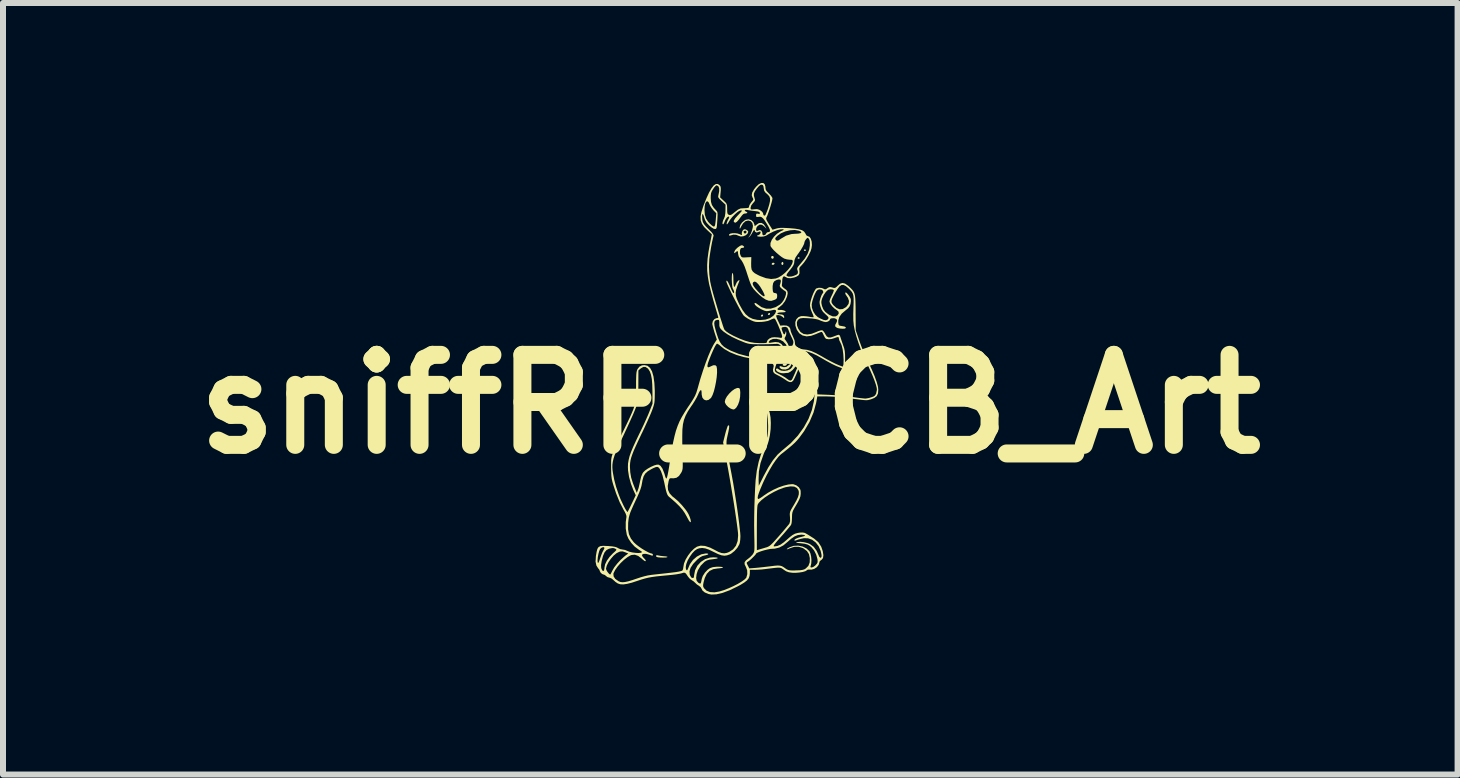
<source format=kicad_pcb>
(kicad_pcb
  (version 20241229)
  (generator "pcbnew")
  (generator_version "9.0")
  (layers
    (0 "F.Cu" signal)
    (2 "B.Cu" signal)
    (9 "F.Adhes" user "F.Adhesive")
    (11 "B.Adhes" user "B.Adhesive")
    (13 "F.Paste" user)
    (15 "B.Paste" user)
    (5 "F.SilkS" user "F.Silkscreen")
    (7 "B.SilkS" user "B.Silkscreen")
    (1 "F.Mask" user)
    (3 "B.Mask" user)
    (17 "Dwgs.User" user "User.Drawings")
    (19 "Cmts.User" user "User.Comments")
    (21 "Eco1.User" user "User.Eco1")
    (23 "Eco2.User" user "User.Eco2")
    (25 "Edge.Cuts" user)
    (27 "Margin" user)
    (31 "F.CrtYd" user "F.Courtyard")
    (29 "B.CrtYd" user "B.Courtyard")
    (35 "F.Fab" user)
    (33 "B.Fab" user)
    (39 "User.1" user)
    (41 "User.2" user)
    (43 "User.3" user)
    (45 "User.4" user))
  (footprint "sniffRF_PCB_Art"
    (layer "F.Cu")
    (at 9.121 3.686)
    (property "Reference" "sniffRF_PCB_Art" (at 0 0 0) (layer "F.SilkS") (effects (font (size 1.5 1.5) (thickness 0.3))))
    (attr board_only exclude_from_pos_files exclude_from_bom)
    (fp_poly (pts (xy 0.547 -1.479) (xy 0.537 -1.462) (xy 0.526 -1.459) (xy 0.511 -1.466) (xy 0.511 -1.474) (xy 0.524 -1.492) (xy 0.54 -1.494)) (stroke (width 0) (type solid)) (fill yes) (layer "F.SilkS"))
    (fp_poly (pts (xy 0.664 -1.506) (xy 0.654 -1.488) (xy 0.644 -1.485) (xy 0.628 -1.492) (xy 0.628 -1.5) (xy 0.641 -1.518) (xy 0.657 -1.52)) (stroke (width 0) (type solid)) (fill yes) (layer "F.SilkS"))
    (fp_poly (pts (xy 0.737 -2.351) (xy 0.737 -2.336) (xy 0.72 -2.323) (xy 0.712 -2.321) (xy 0.693 -2.326) (xy 0.69 -2.337) (xy 0.701 -2.354) (xy 0.717 -2.358)) (stroke (width 0) (type solid)) (fill yes) (layer "F.SilkS"))
    (fp_poly (pts (xy 0.883 -2.36) (xy 0.886 -2.345) (xy 0.879 -2.322) (xy 0.864 -2.321) (xy 0.853 -2.332) (xy 0.852 -2.353) (xy 0.866 -2.369) (xy 0.873 -2.371)) (stroke (width 0) (type solid)) (fill yes) (layer "F.SilkS"))
    (fp_poly (pts (xy 1.155 -2.441) (xy 1.157 -2.437) (xy 1.15 -2.425) (xy 1.14 -2.423) (xy 1.124 -2.429) (xy 1.123 -2.437) (xy 1.136 -2.45) (xy 1.14 -2.451)) (stroke (width 0) (type solid)) (fill yes) (layer "F.SilkS"))
    (fp_poly (pts (xy 1.259 -2.571) (xy 1.261 -2.567) (xy 1.255 -2.555) (xy 1.244 -2.553) (xy 1.228 -2.56) (xy 1.227 -2.567) (xy 1.24 -2.58) (xy 1.244 -2.581)) (stroke (width 0) (type solid)) (fill yes) (layer "F.SilkS"))
    (fp_poly (pts (xy 0.714 -2.469) (xy 0.718 -2.466) (xy 0.725 -2.445) (xy 0.716 -2.427) (xy 0.703 -2.423) (xy 0.687 -2.432) (xy 0.683 -2.437) (xy 0.682 -2.457) (xy 0.695 -2.47)) (stroke (width 0) (type solid)) (fill yes) (layer "F.SilkS"))
    (fp_poly (pts (xy 0.938 -0.674) (xy 0.944 -0.662) (xy 0.943 -0.658) (xy 0.925 -0.643) (xy 0.904 -0.638) (xy 0.879 -0.645) (xy 0.873 -0.658) (xy 0.884 -0.673) (xy 0.911 -0.677)) (stroke (width 0) (type solid)) (fill yes) (layer "F.SilkS"))
    (fp_poly (pts (xy 1.013 -0.655) (xy 1.004 -0.633) (xy 0.97 -0.595) (xy 0.923 -0.577) (xy 0.869 -0.58) (xy 0.85 -0.587) (xy 0.827 -0.604) (xy 0.821 -0.62) (xy 0.827 -0.634) (xy 0.843 -0.631) (xy 0.894 -0.616) (xy 0.933 -0.621) (xy 0.968 -0.646) (xy 0.996 -0.668) (xy 1.012 -0.671)) (stroke (width 0) (type solid)) (fill yes) (layer "F.SilkS"))
    (fp_poly (pts (xy -1.211 2.519) (xy -1.202 2.521) (xy -1.165 2.528) (xy -1.12 2.533) (xy -1.11 2.534) (xy -1.074 2.537) (xy -1.051 2.542) (xy -1.047 2.543) (xy -1.051 2.551) (xy -1.076 2.556) (xy -1.121 2.557) (xy -1.163 2.556) (xy -1.207 2.552) (xy -1.23 2.544) (xy -1.237 2.532) (xy -1.237 2.531) (xy -1.232 2.518)) (stroke (width 0) (type solid)) (fill yes) (layer "F.SilkS"))
    (fp_poly (pts (xy 0.149 -0.266) (xy 0.159 -0.255) (xy 0.164 -0.229) (xy 0.167 -0.191) (xy 0.164 -0.121) (xy 0.151 -0.051) (xy 0.129 0.01) (xy 0.102 0.055) (xy 0.098 0.06) (xy 0.074 0.082) (xy 0.054 0.089) (xy 0.029 0.083) (xy 0.005 0.073) (xy -0.034 0.047) (xy -0.068 0.012) (xy -0.088 -0.025) (xy -0.091 -0.042) (xy -0.081 -0.083) (xy -0.055 -0.13) (xy -0.017 -0.177) (xy 0.027 -0.22) (xy 0.072 -0.252) (xy 0.113 -0.269) (xy 0.13 -0.271)) (stroke (width 0) (type solid)) (fill yes) (layer "F.SilkS"))
    (fp_poly (pts (xy 1.088 -0.66) (xy 1.089 -0.641) (xy 1.087 -0.635) (xy 1.069 -0.603) (xy 1.038 -0.569) (xy 1.002 -0.54) (xy 0.969 -0.523) (xy 0.957 -0.521) (xy 0.925 -0.519) (xy 0.91 -0.517) (xy 0.885 -0.515) (xy 0.853 -0.517) (xy 0.815 -0.528) (xy 0.783 -0.545) (xy 0.764 -0.566) (xy 0.762 -0.584) (xy 0.765 -0.588) (xy 0.781 -0.596) (xy 0.802 -0.585) (xy 0.808 -0.579) (xy 0.847 -0.56) (xy 0.897 -0.554) (xy 0.95 -0.561) (xy 0.995 -0.58) (xy 1.007 -0.589) (xy 1.03 -0.616) (xy 1.042 -0.64) (xy 1.042 -0.643) (xy 1.053 -0.661) (xy 1.069 -0.664)) (stroke (width 0) (type solid)) (fill yes) (layer "F.SilkS"))
    (fp_poly (pts (xy 0.265 -2.908) (xy 0.29 -2.891) (xy 0.3 -2.874) (xy 0.288 -2.842) (xy 0.258 -2.815) (xy 0.219 -2.799) (xy 0.177 -2.794) (xy 0.141 -2.805) (xy 0.138 -2.807) (xy 0.098 -2.823) (xy 0.051 -2.825) (xy 0.013 -2.814) (xy -0.011 -2.808) (xy -0.019 -2.813) (xy -0.019 -2.83) (xy 0.001 -2.842) (xy 0.035 -2.849) (xy 0.076 -2.85) (xy 0.118 -2.845) (xy 0.156 -2.833) (xy 0.159 -2.832) (xy 0.185 -2.819) (xy 0.195 -2.819) (xy 0.193 -2.834) (xy 0.192 -2.838) (xy 0.195 -2.871) (xy 0.197 -2.874) (xy 0.221 -2.874) (xy 0.23 -2.85) (xy 0.248 -2.843) (xy 0.265 -2.854) (xy 0.271 -2.87) (xy 0.266 -2.888) (xy 0.248 -2.892) (xy 0.227 -2.885) (xy 0.221 -2.874) (xy 0.197 -2.874) (xy 0.208 -2.895) (xy 0.228 -2.914) (xy 0.25 -2.914)) (stroke (width 0) (type solid)) (fill yes) (layer "F.SilkS"))
    (fp_poly (pts (xy 0.55 -3.686) (xy 0.574 -3.665) (xy 0.586 -3.623) (xy 0.586 -3.61) (xy 0.59 -3.58) (xy 0.605 -3.552) (xy 0.637 -3.519) (xy 0.645 -3.511) (xy 0.679 -3.474) (xy 0.7 -3.442) (xy 0.703 -3.428) (xy 0.699 -3.402) (xy 0.688 -3.358) (xy 0.672 -3.303) (xy 0.654 -3.245) (xy 0.635 -3.191) (xy 0.619 -3.146) (xy 0.606 -3.119) (xy 0.606 -3.119) (xy 0.599 -3.103) (xy 0.599 -3.085) (xy 0.61 -3.059) (xy 0.633 -3.02) (xy 0.646 -2.999) (xy 0.704 -2.907) (xy 0.765 -2.926) (xy 0.799 -2.934) (xy 0.838 -2.938) (xy 0.89 -2.938) (xy 0.959 -2.935) (xy 0.99 -2.933) (xy 1.08 -2.925) (xy 1.147 -2.914) (xy 1.196 -2.899) (xy 1.228 -2.878) (xy 1.249 -2.851) (xy 1.255 -2.838) (xy 1.272 -2.81) (xy 1.292 -2.801) (xy 1.321 -2.789) (xy 1.343 -2.756) (xy 1.357 -2.709) (xy 1.361 -2.652) (xy 1.354 -2.598) (xy 1.338 -2.547) (xy 1.308 -2.485) (xy 1.27 -2.42) (xy 1.228 -2.36) (xy 1.188 -2.313) (xy 1.18 -2.306) (xy 1.158 -2.281) (xy 1.15 -2.256) (xy 1.153 -2.221) (xy 1.154 -2.179) (xy 1.139 -2.148) (xy 1.103 -2.125) (xy 1.069 -2.112) (xy 1.007 -2.099) (xy 0.956 -2.102) (xy 0.922 -2.119) (xy 0.897 -2.132) (xy 0.879 -2.12) (xy 0.868 -2.086) (xy 0.866 -2.055) (xy 0.864 -2.016) (xy 0.86 -1.986) (xy 0.859 -1.981) (xy 0.865 -1.963) (xy 0.889 -1.939) (xy 0.899 -1.931) (xy 0.936 -1.903) (xy 0.954 -1.876) (xy 0.957 -1.844) (xy 0.947 -1.797) (xy 0.944 -1.788) (xy 0.914 -1.72) (xy 0.867 -1.657) (xy 0.811 -1.611) (xy 0.803 -1.606) (xy 0.786 -1.589) (xy 0.791 -1.574) (xy 0.812 -1.568) (xy 0.825 -1.57) (xy 0.854 -1.571) (xy 0.887 -1.564) (xy 0.914 -1.553) (xy 0.925 -1.54) (xy 0.913 -1.534) (xy 0.883 -1.531) (xy 0.858 -1.53) (xy 0.812 -1.527) (xy 0.788 -1.518) (xy 0.785 -1.514) (xy 0.791 -1.502) (xy 0.818 -1.498) (xy 0.866 -1.493) (xy 0.892 -1.478) (xy 0.899 -1.455) (xy 0.898 -1.438) (xy 0.89 -1.437) (xy 0.871 -1.455) (xy 0.869 -1.457) (xy 0.838 -1.476) (xy 0.802 -1.485) (xy 0.773 -1.482) (xy 0.765 -1.477) (xy 0.767 -1.463) (xy 0.777 -1.431) (xy 0.795 -1.39) (xy 0.796 -1.389) (xy 0.834 -1.309) (xy 0.891 -1.313) (xy 0.943 -1.309) (xy 0.981 -1.288) (xy 1.001 -1.254) (xy 1.003 -1.237) (xy 1.009 -1.212) (xy 1.024 -1.173) (xy 1.043 -1.131) (xy 1.069 -1.071) (xy 1.078 -1.028) (xy 1.077 -1.017) (xy 1.083 -0.986) (xy 1.109 -0.955) (xy 1.148 -0.93) (xy 1.196 -0.915) (xy 1.225 -0.912) (xy 1.283 -0.905) (xy 1.351 -0.885) (xy 1.431 -0.849) (xy 1.526 -0.797) (xy 1.561 -0.776) (xy 1.621 -0.742) (xy 1.686 -0.708) (xy 1.749 -0.676) (xy 1.806 -0.651) (xy 1.852 -0.633) (xy 1.88 -0.625) (xy 1.883 -0.625) (xy 1.885 -0.637) (xy 1.887 -0.669) (xy 1.888 -0.716) (xy 1.889 -0.739) (xy 1.884 -0.831) (xy 1.873 -0.914) (xy 1.855 -0.984) (xy 1.832 -1.034) (xy 1.832 -1.035) (xy 1.816 -1.067) (xy 1.811 -1.094) (xy 1.807 -1.113) (xy 1.793 -1.119) (xy 1.764 -1.111) (xy 1.737 -1.101) (xy 1.688 -1.086) (xy 1.639 -1.082) (xy 1.601 -1.088) (xy 1.593 -1.092) (xy 1.578 -1.109) (xy 1.561 -1.141) (xy 1.557 -1.149) (xy 1.542 -1.181) (xy 1.529 -1.201) (xy 1.526 -1.203) (xy 1.51 -1.202) (xy 1.477 -1.19) (xy 1.435 -1.172) (xy 1.432 -1.17) (xy 1.347 -1.139) (xy 1.271 -1.13) (xy 1.205 -1.145) (xy 1.15 -1.181) (xy 1.109 -1.24) (xy 1.108 -1.242) (xy 1.086 -1.308) (xy 1.084 -1.364) (xy 1.11 -1.364) (xy 1.113 -1.311) (xy 1.133 -1.258) (xy 1.171 -1.202) (xy 1.222 -1.17) (xy 1.285 -1.161) (xy 1.36 -1.174) (xy 1.424 -1.199) (xy 1.47 -1.218) (xy 1.509 -1.23) (xy 1.533 -1.232) (xy 1.534 -1.232) (xy 1.553 -1.216) (xy 1.575 -1.185) (xy 1.583 -1.169) (xy 1.607 -1.13) (xy 1.636 -1.112) (xy 1.676 -1.112) (xy 1.73 -1.13) (xy 1.737 -1.133) (xy 1.781 -1.15) (xy 1.807 -1.157) (xy 1.821 -1.15) (xy 1.831 -1.131) (xy 1.836 -1.117) (xy 1.847 -1.083) (xy 1.863 -1.035) (xy 1.881 -0.984) (xy 1.881 -0.983) (xy 1.898 -0.933) (xy 1.908 -0.886) (xy 1.913 -0.832) (xy 1.914 -0.763) (xy 1.914 -0.755) (xy 1.913 -0.692) (xy 1.91 -0.634) (xy 1.905 -0.588) (xy 1.901 -0.569) (xy 1.894 -0.535) (xy 1.895 -0.505) (xy 1.907 -0.475) (xy 1.932 -0.438) (xy 1.973 -0.389) (xy 1.98 -0.381) (xy 2.021 -0.331) (xy 2.042 -0.298) (xy 2.044 -0.281) (xy 2.043 -0.28) (xy 2.029 -0.282) (xy 2.003 -0.301) (xy 1.971 -0.332) (xy 1.937 -0.371) (xy 1.905 -0.412) (xy 1.879 -0.452) (xy 1.875 -0.46) (xy 1.858 -0.499) (xy 1.856 -0.532) (xy 1.861 -0.553) (xy 1.867 -0.583) (xy 1.861 -0.598) (xy 1.837 -0.609) (xy 1.826 -0.613) (xy 1.765 -0.637) (xy 1.688 -0.674) (xy 1.6 -0.722) (xy 1.517 -0.77) (xy 1.443 -0.812) (xy 1.371 -0.846) (xy 1.306 -0.87) (xy 1.252 -0.884) (xy 1.213 -0.886) (xy 1.195 -0.878) (xy 1.199 -0.865) (xy 1.216 -0.838) (xy 1.243 -0.802) (xy 1.245 -0.799) (xy 1.331 -0.673) (xy 1.394 -0.537) (xy 1.433 -0.393) (xy 1.444 -0.293) (xy 1.452 -0.163) (xy 1.654 -0.155) (xy 1.739 -0.15) (xy 1.828 -0.144) (xy 1.911 -0.136) (xy 1.981 -0.127) (xy 1.993 -0.126) (xy 2.078 -0.113) (xy 2.145 -0.104) (xy 2.2 -0.098) (xy 2.248 -0.093) (xy 2.275 -0.096) (xy 2.316 -0.104) (xy 2.343 -0.112) (xy 2.386 -0.127) (xy 2.411 -0.144) (xy 2.428 -0.17) (xy 2.431 -0.177) (xy 2.444 -0.24) (xy 2.441 -0.271) (xy 2.427 -0.325) (xy 2.402 -0.398) (xy 2.368 -0.483) (xy 2.327 -0.576) (xy 2.282 -0.673) (xy 2.269 -0.697) (xy 2.222 -0.799) (xy 2.177 -0.91) (xy 2.136 -1.023) (xy 2.101 -1.133) (xy 2.074 -1.233) (xy 2.059 -1.312) (xy 2.051 -1.396) (xy 2.05 -1.501) (xy 2.053 -1.612) (xy 2.056 -1.696) (xy 2.056 -1.759) (xy 2.052 -1.806) (xy 2.042 -1.842) (xy 2.025 -1.872) (xy 1.999 -1.902) (xy 1.971 -1.93) (xy 1.926 -1.968) (xy 1.888 -1.987) (xy 1.854 -1.986) (xy 1.821 -1.963) (xy 1.786 -1.917) (xy 1.754 -1.865) (xy 1.719 -1.802) (xy 1.697 -1.757) (xy 1.687 -1.723) (xy 1.688 -1.697) (xy 1.701 -1.673) (xy 1.718 -1.651) (xy 1.771 -1.603) (xy 1.823 -1.581) (xy 1.874 -1.585) (xy 1.926 -1.615) (xy 1.939 -1.627) (xy 1.972 -1.672) (xy 1.979 -1.72) (xy 1.961 -1.772) (xy 1.947 -1.792) (xy 1.922 -1.83) (xy 1.915 -1.854) (xy 1.926 -1.863) (xy 1.942 -1.852) (xy 1.964 -1.827) (xy 1.987 -1.795) (xy 2.004 -1.763) (xy 2.009 -1.749) (xy 2.011 -1.718) (xy 2.005 -1.677) (xy 2.003 -1.667) (xy 1.989 -1.631) (xy 1.965 -1.599) (xy 1.924 -1.565) (xy 1.921 -1.563) (xy 1.857 -1.508) (xy 1.818 -1.454) (xy 1.801 -1.398) (xy 1.8 -1.365) (xy 1.804 -1.33) (xy 1.814 -1.313) (xy 1.838 -1.305) (xy 1.859 -1.302) (xy 1.903 -1.294) (xy 1.924 -1.283) (xy 1.925 -1.269) (xy 1.923 -1.267) (xy 1.906 -1.259) (xy 1.872 -1.257) (xy 1.832 -1.26) (xy 1.794 -1.267) (xy 1.774 -1.275) (xy 1.75 -1.295) (xy 1.749 -1.321) (xy 1.766 -1.352) (xy 1.781 -1.388) (xy 1.773 -1.415) (xy 1.743 -1.431) (xy 1.719 -1.433) (xy 1.686 -1.43) (xy 1.668 -1.423) (xy 1.667 -1.421) (xy 1.656 -1.397) (xy 1.629 -1.377) (xy 1.595 -1.368) (xy 1.591 -1.368) (xy 1.559 -1.374) (xy 1.516 -1.388) (xy 1.498 -1.396) (xy 1.462 -1.41) (xy 1.418 -1.42) (xy 1.362 -1.428) (xy 1.289 -1.433) (xy 1.213 -1.436) (xy 1.161 -1.429) (xy 1.126 -1.404) (xy 1.11 -1.364) (xy 1.084 -1.364) (xy 1.084 -1.367) (xy 1.102 -1.416) (xy 1.137 -1.451) (xy 1.18 -1.467) (xy 1.219 -1.468) (xy 1.269 -1.464) (xy 1.304 -1.459) (xy 1.346 -1.451) (xy 1.377 -1.448) (xy 1.389 -1.45) (xy 1.388 -1.465) (xy 1.377 -1.495) (xy 1.363 -1.526) (xy 1.34 -1.585) (xy 1.329 -1.64) (xy 1.329 -1.649) (xy 1.33 -1.661) (xy 1.357 -1.661) (xy 1.361 -1.608) (xy 1.378 -1.557) (xy 1.391 -1.531) (xy 1.421 -1.486) (xy 1.458 -1.452) (xy 1.497 -1.43) (xy 1.553 -1.405) (xy 1.593 -1.398) (xy 1.621 -1.409) (xy 1.633 -1.423) (xy 1.638 -1.439) (xy 1.631 -1.456) (xy 1.607 -1.48) (xy 1.586 -1.499) (xy 1.545 -1.539) (xy 1.52 -1.579) (xy 1.503 -1.625) (xy 1.491 -1.669) (xy 1.49 -1.687) (xy 1.518 -1.687) (xy 1.526 -1.649) (xy 1.53 -1.633) (xy 1.551 -1.581) (xy 1.583 -1.539) (xy 1.631 -1.501) (xy 1.654 -1.486) (xy 1.709 -1.463) (xy 1.756 -1.463) (xy 1.787 -1.48) (xy 1.808 -1.512) (xy 1.804 -1.542) (xy 1.775 -1.568) (xy 1.773 -1.569) (xy 1.735 -1.595) (xy 1.699 -1.631) (xy 1.67 -1.67) (xy 1.655 -1.704) (xy 1.654 -1.711) (xy 1.66 -1.739) (xy 1.676 -1.779) (xy 1.694 -1.816) (xy 1.713 -1.856) (xy 1.724 -1.887) (xy 1.726 -1.902) (xy 1.708 -1.911) (xy 1.677 -1.915) (xy 1.674 -1.915) (xy 1.641 -1.91) (xy 1.613 -1.891) (xy 1.59 -1.866) (xy 1.56 -1.822) (xy 1.535 -1.771) (xy 1.53 -1.758) (xy 1.519 -1.719) (xy 1.518 -1.687) (xy 1.49 -1.687) (xy 1.488 -1.701) (xy 1.494 -1.734) (xy 1.503 -1.767) (xy 1.517 -1.806) (xy 1.531 -1.835) (xy 1.538 -1.843) (xy 1.551 -1.864) (xy 1.546 -1.888) (xy 1.526 -1.907) (xy 1.518 -1.909) (xy 1.484 -1.914) (xy 1.456 -1.905) (xy 1.433 -1.88) (xy 1.41 -1.835) (xy 1.394 -1.797) (xy 1.369 -1.722) (xy 1.357 -1.661) (xy 1.33 -1.661) (xy 1.333 -1.689) (xy 1.346 -1.74) (xy 1.364 -1.796) (xy 1.385 -1.849) (xy 1.407 -1.893) (xy 1.426 -1.922) (xy 1.433 -1.928) (xy 1.476 -1.94) (xy 1.522 -1.937) (xy 1.557 -1.923) (xy 1.577 -1.913) (xy 1.596 -1.917) (xy 1.618 -1.932) (xy 1.646 -1.949) (xy 1.672 -1.951) (xy 1.701 -1.944) (xy 1.731 -1.936) (xy 1.752 -1.94) (xy 1.774 -1.957) (xy 1.791 -1.974) (xy 1.831 -2.008) (xy 1.87 -2.02) (xy 1.912 -2.01) (xy 1.96 -1.977) (xy 1.982 -1.958) (xy 2.014 -1.927) (xy 2.039 -1.9) (xy 2.057 -1.874) (xy 2.07 -1.843) (xy 2.079 -1.805) (xy 2.084 -1.755) (xy 2.087 -1.69) (xy 2.089 -1.606) (xy 2.089 -1.525) (xy 2.091 -1.231) (xy 2.153 -1.051) (xy 2.184 -0.966) (xy 2.222 -0.872) (xy 2.262 -0.78) (xy 2.298 -0.705) (xy 2.359 -0.577) (xy 2.407 -0.464) (xy 2.441 -0.368) (xy 2.462 -0.29) (xy 2.467 -0.24) (xy 2.462 -0.179) (xy 2.441 -0.134) (xy 2.4 -0.103) (xy 2.35 -0.083) (xy 2.32 -0.074) (xy 2.294 -0.068) (xy 2.265 -0.066) (xy 2.229 -0.068) (xy 2.18 -0.073) (xy 2.111 -0.082) (xy 2.093 -0.084) (xy 1.978 -0.099) (xy 1.885 -0.11) (xy 1.807 -0.118) (xy 1.739 -0.124) (xy 1.677 -0.127) (xy 1.614 -0.129) (xy 1.582 -0.129) (xy 1.451 -0.13) (xy 1.43 -0.016) (xy 1.387 0.141) (xy 1.32 0.298) (xy 1.229 0.453) (xy 1.15 0.56) (xy 1.115 0.602) (xy 1.076 0.643) (xy 1.029 0.686) (xy 0.971 0.735) (xy 0.898 0.794) (xy 0.844 0.836) (xy 0.805 0.874) (xy 0.759 0.932) (xy 0.709 1.005) (xy 0.658 1.091) (xy 0.607 1.184) (xy 0.56 1.28) (xy 0.538 1.329) (xy 0.502 1.414) (xy 0.477 1.479) (xy 0.462 1.525) (xy 0.457 1.556) (xy 0.46 1.575) (xy 0.466 1.581) (xy 0.48 1.576) (xy 0.509 1.559) (xy 0.547 1.533) (xy 0.554 1.527) (xy 0.631 1.475) (xy 0.716 1.428) (xy 0.804 1.388) (xy 0.89 1.358) (xy 0.968 1.339) (xy 1.032 1.333) (xy 1.054 1.335) (xy 1.102 1.353) (xy 1.143 1.385) (xy 1.168 1.425) (xy 1.173 1.446) (xy 1.174 1.494) (xy 1.169 1.536) (xy 1.154 1.579) (xy 1.128 1.631) (xy 1.101 1.678) (xy 1.069 1.732) (xy 1.048 1.771) (xy 1.036 1.803) (xy 1.031 1.834) (xy 1.029 1.872) (xy 1.029 1.889) (xy 1.027 1.94) (xy 1.022 1.983) (xy 1.014 2.01) (xy 1.001 2.029) (xy 0.973 2.063) (xy 0.934 2.109) (xy 0.888 2.163) (xy 0.85 2.205) (xy 0.796 2.266) (xy 0.758 2.31) (xy 0.735 2.34) (xy 0.724 2.359) (xy 0.723 2.368) (xy 0.732 2.371) (xy 0.784 2.364) (xy 0.836 2.342) (xy 0.893 2.302) (xy 0.935 2.266) (xy 0.992 2.216) (xy 1.038 2.181) (xy 1.079 2.159) (xy 1.121 2.147) (xy 1.164 2.14) (xy 1.209 2.139) (xy 1.243 2.146) (xy 1.28 2.166) (xy 1.29 2.172) (xy 1.337 2.202) (xy 1.387 2.234) (xy 1.403 2.245) (xy 1.468 2.301) (xy 1.516 2.376) (xy 1.541 2.448) (xy 1.552 2.516) (xy 1.546 2.564) (xy 1.522 2.594) (xy 1.514 2.598) (xy 1.491 2.619) (xy 1.485 2.638) (xy 1.473 2.679) (xy 1.443 2.717) (xy 1.4 2.745) (xy 1.354 2.758) (xy 1.328 2.757) (xy 1.292 2.758) (xy 1.277 2.768) (xy 1.251 2.784) (xy 1.207 2.797) (xy 1.15 2.806) (xy 1.089 2.811) (xy 1.034 2.81) (xy 0.977 2.802) (xy 0.933 2.786) (xy 0.894 2.761) (xy 0.873 2.746) (xy 0.856 2.735) (xy 0.839 2.728) (xy 0.817 2.725) (xy 0.786 2.725) (xy 0.743 2.729) (xy 0.683 2.736) (xy 0.601 2.746) (xy 0.586 2.748) (xy 0.523 2.755) (xy 0.457 2.759) (xy 0.407 2.761) (xy 0.326 2.761) (xy 0.326 2.818) (xy 0.321 2.863) (xy 0.307 2.902) (xy 0.278 2.938) (xy 0.233 2.973) (xy 0.168 3.013) (xy 0.125 3.036) (xy -0.009 3.101) (xy -0.127 3.145) (xy -0.229 3.169) (xy -0.314 3.173) (xy -0.363 3.164) (xy -0.425 3.138) (xy -0.464 3.105) (xy -0.477 3.079) (xy -0.494 3.05) (xy -0.521 3.028) (xy -0.557 3.004) (xy -0.582 2.98) (xy -0.613 2.952) (xy -0.641 2.934) (xy -0.67 2.914) (xy -0.7 2.88) (xy -0.709 2.867) (xy -0.734 2.83) (xy -0.753 2.811) (xy -0.775 2.808) (xy -0.807 2.817) (xy -0.815 2.82) (xy -0.847 2.827) (xy -0.899 2.836) (xy -0.963 2.844) (xy -1.033 2.851) (xy -1.042 2.852) (xy -1.149 2.862) (xy -1.235 2.871) (xy -1.306 2.881) (xy -1.367 2.892) (xy -1.424 2.906) (xy -1.482 2.923) (xy -1.542 2.943) (xy -1.64 2.975) (xy -1.719 2.995) (xy -1.782 3.004) (xy -1.833 3.002) (xy -1.875 2.988) (xy -1.914 2.962) (xy -1.941 2.937) (xy -1.975 2.908) (xy -2.007 2.893) (xy -2.015 2.892) (xy -2.047 2.882) (xy -2.068 2.866) (xy -2.092 2.846) (xy -2.111 2.84) (xy -2.137 2.83) (xy -2.162 2.806) (xy -2.175 2.781) (xy -2.175 2.777) (xy -2.184 2.757) (xy -2.203 2.734) (xy -2.232 2.688) (xy -2.233 2.681) (xy -2.153 2.681) (xy -2.151 2.731) (xy -2.136 2.767) (xy -2.133 2.771) (xy -2.116 2.782) (xy -2.103 2.77) (xy -2.099 2.743) (xy -2.071 2.743) (xy -2.064 2.766) (xy -2.046 2.796) (xy -2.024 2.823) (xy -2.005 2.839) (xy -2.001 2.84) (xy -1.993 2.829) (xy -1.992 2.828) (xy -1.948 2.828) (xy -1.944 2.871) (xy -1.917 2.912) (xy -1.866 2.948) (xy -1.86 2.952) (xy -1.83 2.964) (xy -1.795 2.968) (xy -1.753 2.964) (xy -1.697 2.952) (xy -1.625 2.93) (xy -1.57 2.911) (xy -1.494 2.886) (xy -1.431 2.868) (xy -1.371 2.854) (xy -1.305 2.844) (xy -1.223 2.835) (xy -1.205 2.833) (xy -1.085 2.82) (xy -0.99 2.809) (xy -0.916 2.8) (xy -0.861 2.791) (xy -0.825 2.783) (xy -0.803 2.776) (xy -0.799 2.773) (xy -0.787 2.751) (xy -0.782 2.716) (xy -0.781 2.711) (xy -0.771 2.655) (xy -0.744 2.59) (xy -0.704 2.523) (xy -0.656 2.46) (xy -0.603 2.408) (xy -0.555 2.375) (xy -0.494 2.358) (xy -0.421 2.363) (xy -0.336 2.391) (xy -0.264 2.427) (xy -0.198 2.462) (xy -0.145 2.481) (xy -0.1 2.486) (xy -0.055 2.478) (xy -0.018 2.463) (xy 0.047 2.42) (xy 0.095 2.359) (xy 0.123 2.281) (xy 0.131 2.188) (xy 0.129 2.147) (xy 0.122 2.083) (xy 0.111 2) (xy 0.097 1.899) (xy 0.08 1.784) (xy 0.061 1.659) (xy 0.039 1.524) (xy 0.016 1.385) (xy -0.008 1.243) (xy -0.033 1.101) (xy -0.052 0.998) (xy -0.119 0.636) (xy -0.086 0.505) (xy -0.071 0.448) (xy -0.056 0.402) (xy -0.045 0.37) (xy -0.04 0.36) (xy -0.024 0.351) (xy -0.018 0.364) (xy -0.02 0.401) (xy -0.031 0.46) (xy -0.037 0.488) (xy -0.046 0.526) (xy -0.053 0.559) (xy -0.059 0.588) (xy -0.062 0.617) (xy -0.063 0.647) (xy -0.062 0.683) (xy -0.057 0.726) (xy -0.049 0.78) (xy -0.038 0.848) (xy -0.023 0.931) (xy -0.004 1.033) (xy 0.02 1.157) (xy 0.031 1.218) (xy 0.049 1.316) (xy 0.067 1.425) (xy 0.085 1.54) (xy 0.103 1.657) (xy 0.12 1.773) (xy 0.135 1.884) (xy 0.148 1.985) (xy 0.158 2.074) (xy 0.166 2.146) (xy 0.169 2.197) (xy 0.169 2.21) (xy 0.166 2.262) (xy 0.159 2.31) (xy 0.151 2.336) (xy 0.118 2.394) (xy 0.07 2.448) (xy 0.016 2.491) (xy -0.006 2.503) (xy -0.054 2.52) (xy -0.098 2.526) (xy -0.146 2.519) (xy -0.202 2.499) (xy -0.274 2.464) (xy -0.279 2.462) (xy -0.355 2.425) (xy -0.416 2.404) (xy -0.468 2.397) (xy -0.516 2.402) (xy -0.553 2.415) (xy -0.593 2.442) (xy -0.635 2.487) (xy -0.675 2.544) (xy -0.71 2.605) (xy -0.733 2.664) (xy -0.742 2.714) (xy -0.742 2.715) (xy -0.739 2.748) (xy -0.729 2.767) (xy -0.718 2.768) (xy -0.709 2.752) (xy -0.673 2.668) (xy -0.621 2.596) (xy -0.556 2.54) (xy -0.484 2.503) (xy -0.407 2.488) (xy -0.401 2.488) (xy -0.372 2.491) (xy -0.366 2.5) (xy -0.38 2.51) (xy -0.413 2.519) (xy -0.424 2.521) (xy -0.463 2.531) (xy -0.501 2.551) (xy -0.544 2.586) (xy -0.555 2.596) (xy -0.619 2.663) (xy -0.661 2.727) (xy -0.68 2.786) (xy -0.676 2.839) (xy -0.67 2.854) (xy -0.655 2.88) (xy -0.646 2.892) (xy -0.645 2.892) (xy -0.63 2.896) (xy -0.623 2.898) (xy -0.611 2.894) (xy -0.604 2.869) (xy -0.603 2.853) (xy -0.586 2.767) (xy -0.547 2.691) (xy -0.49 2.629) (xy -0.419 2.583) (xy -0.337 2.557) (xy -0.285 2.553) (xy -0.234 2.555) (xy -0.209 2.561) (xy -0.209 2.568) (xy -0.233 2.576) (xy -0.283 2.583) (xy -0.289 2.584) (xy -0.349 2.592) (xy -0.392 2.605) (xy -0.426 2.626) (xy -0.427 2.626) (xy -0.492 2.691) (xy -0.54 2.769) (xy -0.561 2.834) (xy -0.569 2.898) (xy -0.56 2.944) (xy -0.532 2.976) (xy -0.521 2.983) (xy -0.504 2.99) (xy -0.494 2.987) (xy -0.486 2.968) (xy -0.478 2.929) (xy -0.476 2.915) (xy -0.458 2.863) (xy -0.423 2.809) (xy -0.378 2.761) (xy -0.339 2.733) (xy -0.289 2.716) (xy -0.22 2.709) (xy -0.205 2.709) (xy -0.152 2.711) (xy -0.124 2.717) (xy -0.122 2.724) (xy -0.144 2.731) (xy -0.192 2.737) (xy -0.208 2.738) (xy -0.284 2.75) (xy -0.344 2.779) (xy -0.391 2.828) (xy -0.425 2.897) (xy -0.444 2.966) (xy -0.452 3.008) (xy -0.452 3.036) (xy -0.442 3.06) (xy -0.437 3.068) (xy -0.395 3.109) (xy -0.337 3.132) (xy -0.263 3.136) (xy -0.178 3.122) (xy -0.176 3.121) (xy -0.102 3.098) (xy -0.024 3.067) (xy 0.054 3.032) (xy 0.126 2.995) (xy 0.188 2.958) (xy 0.236 2.924) (xy 0.265 2.895) (xy 0.268 2.889) (xy 0.284 2.833) (xy 0.282 2.77) (xy 0.261 2.713) (xy 0.26 2.712) (xy 0.239 2.668) (xy 0.239 2.649) (xy 0.274 2.649) (xy 0.283 2.671) (xy 0.292 2.689) (xy 0.317 2.737) (xy 0.422 2.729) (xy 0.483 2.723) (xy 0.557 2.715) (xy 0.633 2.706) (xy 0.668 2.702) (xy 0.74 2.693) (xy 0.792 2.689) (xy 0.831 2.692) (xy 0.862 2.701) (xy 0.891 2.718) (xy 0.905 2.728) (xy 0.935 2.749) (xy 0.961 2.762) (xy 0.99 2.769) (xy 1.03 2.772) (xy 1.087 2.771) (xy 1.101 2.77) (xy 1.162 2.768) (xy 1.205 2.762) (xy 1.235 2.753) (xy 1.259 2.738) (xy 1.302 2.695) (xy 1.324 2.637) (xy 1.326 2.565) (xy 1.311 2.499) (xy 1.278 2.448) (xy 1.224 2.407) (xy 1.211 2.399) (xy 1.141 2.377) (xy 1.066 2.378) (xy 0.993 2.402) (xy 0.989 2.403) (xy 0.961 2.416) (xy 0.943 2.419) (xy 0.942 2.418) (xy 0.948 2.409) (xy 0.972 2.393) (xy 0.988 2.385) (xy 1.058 2.361) (xy 1.134 2.358) (xy 1.207 2.373) (xy 1.271 2.405) (xy 1.319 2.45) (xy 1.336 2.488) (xy 1.348 2.541) (xy 1.353 2.6) (xy 1.35 2.654) (xy 1.344 2.682) (xy 1.336 2.71) (xy 1.341 2.721) (xy 1.356 2.722) (xy 1.382 2.714) (xy 1.413 2.692) (xy 1.422 2.683) (xy 1.446 2.656) (xy 1.456 2.633) (xy 1.455 2.6) (xy 1.453 2.582) (xy 1.433 2.51) (xy 1.399 2.441) (xy 1.354 2.385) (xy 1.324 2.36) (xy 1.286 2.339) (xy 1.241 2.327) (xy 1.181 2.319) (xy 1.174 2.318) (xy 1.126 2.314) (xy 1.101 2.31) (xy 1.097 2.306) (xy 1.112 2.3) (xy 1.164 2.294) (xy 1.227 2.3) (xy 1.29 2.316) (xy 1.327 2.331) (xy 1.39 2.377) (xy 1.44 2.445) (xy 1.467 2.506) (xy 1.484 2.544) (xy 1.501 2.561) (xy 1.515 2.555) (xy 1.522 2.536) (xy 1.521 2.512) (xy 1.513 2.473) (xy 1.505 2.442) (xy 1.472 2.366) (xy 1.423 2.304) (xy 1.363 2.259) (xy 1.295 2.235) (xy 1.226 2.234) (xy 1.178 2.244) (xy 1.132 2.257) (xy 1.121 2.261) (xy 1.091 2.272) (xy 1.071 2.273) (xy 1.069 2.272) (xy 1.071 2.259) (xy 1.092 2.243) (xy 1.13 2.227) (xy 1.179 2.214) (xy 1.188 2.212) (xy 1.23 2.2) (xy 1.247 2.189) (xy 1.238 2.181) (xy 1.203 2.176) (xy 1.182 2.175) (xy 1.126 2.182) (xy 1.073 2.203) (xy 1.016 2.242) (xy 0.958 2.293) (xy 0.886 2.353) (xy 0.816 2.39) (xy 0.742 2.408) (xy 0.703 2.41) (xy 0.665 2.413) (xy 0.617 2.423) (xy 0.564 2.436) (xy 0.512 2.452) (xy 0.469 2.468) (xy 0.44 2.482) (xy 0.432 2.49) (xy 0.419 2.51) (xy 0.392 2.539) (xy 0.358 2.573) (xy 0.324 2.603) (xy 0.296 2.624) (xy 0.293 2.626) (xy 0.277 2.637) (xy 0.274 2.649) (xy 0.239 2.649) (xy 0.239 2.635) (xy 0.261 2.605) (xy 0.289 2.583) (xy 0.33 2.551) (xy 0.366 2.514) (xy 0.376 2.501) (xy 0.386 2.485) (xy 0.393 2.47) (xy 0.399 2.452) (xy 0.401 2.434) (xy 0.443 2.434) (xy 0.479 2.423) (xy 0.512 2.413) (xy 0.557 2.4) (xy 0.587 2.391) (xy 0.614 2.383) (xy 0.636 2.373) (xy 0.659 2.359) (xy 0.685 2.336) (xy 0.718 2.303) (xy 0.76 2.256) (xy 0.815 2.194) (xy 0.866 2.135) (xy 0.912 2.081) (xy 0.949 2.036) (xy 0.976 2.004) (xy 0.987 1.988) (xy 0.997 1.95) (xy 0.996 1.888) (xy 0.995 1.88) (xy 0.992 1.844) (xy 0.993 1.816) (xy 0.999 1.79) (xy 1.013 1.759) (xy 1.038 1.716) (xy 1.06 1.68) (xy 1.102 1.606) (xy 1.129 1.548) (xy 1.142 1.502) (xy 1.143 1.462) (xy 1.137 1.437) (xy 1.111 1.397) (xy 1.067 1.374) (xy 1.005 1.37) (xy 0.927 1.383) (xy 0.885 1.395) (xy 0.806 1.425) (xy 0.725 1.464) (xy 0.647 1.508) (xy 0.576 1.555) (xy 0.517 1.602) (xy 0.475 1.645) (xy 0.46 1.668) (xy 0.454 1.687) (xy 0.45 1.722) (xy 0.447 1.774) (xy 0.445 1.847) (xy 0.444 1.942) (xy 0.443 2.061) (xy 0.443 2.067) (xy 0.443 2.434) (xy 0.401 2.434) (xy 0.402 2.426) (xy 0.403 2.39) (xy 0.403 2.339) (xy 0.402 2.27) (xy 0.4 2.179) (xy 0.4 2.169) (xy 0.398 2.026) (xy 0.399 1.869) (xy 0.402 1.705) (xy 0.408 1.542) (xy 0.415 1.39) (xy 0.423 1.263) (xy 0.442 1.109) (xy 0.473 0.962) (xy 0.51 0.843) (xy 0.534 0.776) (xy 0.562 0.701) (xy 0.588 0.631) (xy 0.59 0.625) (xy 0.608 0.575) (xy 0.62 0.534) (xy 0.626 0.493) (xy 0.63 0.445) (xy 0.631 0.382) (xy 0.631 0.358) (xy 0.626 0.248) (xy 0.613 0.154) (xy 0.587 0.064) (xy 0.548 -0.03) (xy 0.528 -0.071) (xy 0.502 -0.124) (xy 0.491 -0.157) (xy 0.493 -0.169) (xy 0.508 -0.161) (xy 0.513 -0.157) (xy 0.53 -0.136) (xy 0.552 -0.097) (xy 0.579 -0.045) (xy 0.606 0.012) (xy 0.63 0.07) (xy 0.65 0.121) (xy 0.657 0.142) (xy 0.671 0.219) (xy 0.676 0.312) (xy 0.673 0.414) (xy 0.661 0.515) (xy 0.641 0.608) (xy 0.627 0.655) (xy 0.61 0.699) (xy 0.587 0.757) (xy 0.562 0.817) (xy 0.555 0.835) (xy 0.504 0.982) (xy 0.477 1.123) (xy 0.472 1.252) (xy 0.475 1.361) (xy 0.556 1.198) (xy 0.634 1.054) (xy 0.711 0.935) (xy 0.789 0.84) (xy 0.868 0.768) (xy 0.873 0.765) (xy 1.008 0.651) (xy 1.126 0.525) (xy 1.225 0.388) (xy 1.304 0.245) (xy 1.361 0.096) (xy 1.395 -0.054) (xy 1.403 -0.137) (xy 1.399 -0.305) (xy 1.371 -0.466) (xy 1.318 -0.619) (xy 1.247 -0.752) (xy 1.215 -0.798) (xy 1.176 -0.844) (xy 1.136 -0.885) (xy 1.1 -0.918) (xy 1.071 -0.936) (xy 1.062 -0.938) (xy 1.044 -0.928) (xy 1.021 -0.903) (xy 1.002 -0.873) (xy 0.992 -0.848) (xy 0.992 -0.841) (xy 1.004 -0.826) (xy 1.03 -0.799) (xy 1.067 -0.766) (xy 1.078 -0.757) (xy 1.121 -0.718) (xy 1.149 -0.686) (xy 1.159 -0.664) (xy 1.154 -0.639) (xy 1.14 -0.597) (xy 1.121 -0.546) (xy 1.098 -0.492) (xy 1.076 -0.443) (xy 1.057 -0.405) (xy 1.045 -0.388) (xy 1.02 -0.369) (xy 0.99 -0.368) (xy 0.951 -0.385) (xy 0.914 -0.41) (xy 0.866 -0.441) (xy 0.815 -0.47) (xy 0.79 -0.482) (xy 0.742 -0.508) (xy 0.717 -0.536) (xy 0.712 -0.57) (xy 0.742 -0.57) (xy 0.746 -0.55) (xy 0.759 -0.533) (xy 0.787 -0.515) (xy 0.824 -0.496) (xy 0.872 -0.471) (xy 0.917 -0.444) (xy 0.944 -0.424) (xy 0.98 -0.399) (xy 1.005 -0.393) (xy 1.024 -0.405) (xy 1.026 -0.407) (xy 1.037 -0.427) (xy 1.054 -0.463) (xy 1.075 -0.51) (xy 1.096 -0.559) (xy 1.115 -0.605) (xy 1.128 -0.641) (xy 1.133 -0.661) (xy 1.133 -0.661) (xy 1.124 -0.676) (xy 1.099 -0.702) (xy 1.064 -0.733) (xy 1.059 -0.736) (xy 1.021 -0.767) (xy 0.997 -0.782) (xy 0.984 -0.784) (xy 0.975 -0.776) (xy 0.973 -0.773) (xy 0.947 -0.735) (xy 0.917 -0.705) (xy 0.89 -0.691) (xy 0.885 -0.69) (xy 0.854 -0.701) (xy 0.838 -0.728) (xy 0.842 -0.764) (xy 0.843 -0.766) (xy 0.86 -0.811) (xy 0.867 -0.834) (xy 0.864 -0.838) (xy 0.851 -0.825) (xy 0.843 -0.816) (xy 0.819 -0.78) (xy 0.793 -0.73) (xy 0.77 -0.673) (xy 0.752 -0.62) (xy 0.743 -0.578) (xy 0.742 -0.57) (xy 0.712 -0.57) (xy 0.711 -0.571) (xy 0.718 -0.604) (xy 0.724 -0.633) (xy 0.721 -0.654) (xy 0.704 -0.676) (xy 0.681 -0.699) (xy 0.632 -0.746) (xy 0.489 -0.75) (xy 0.677 -0.75) (xy 0.687 -0.729) (xy 0.707 -0.71) (xy 0.729 -0.697) (xy 0.743 -0.701) (xy 0.752 -0.712) (xy 0.761 -0.736) (xy 0.754 -0.751) (xy 0.732 -0.765) (xy 0.705 -0.768) (xy 0.683 -0.761) (xy 0.677 -0.75) (xy 0.489 -0.75) (xy 0.488 -0.75) (xy 0.358 -0.76) (xy 0.229 -0.784) (xy 0.106 -0.82) (xy -0.005 -0.865) (xy -0.099 -0.919) (xy -0.155 -0.963) (xy -0.187 -0.99) (xy -0.212 -1.006) (xy -0.223 -1.008) (xy -0.238 -0.99) (xy -0.26 -0.952) (xy -0.286 -0.897) (xy -0.315 -0.831) (xy -0.345 -0.757) (xy -0.347 -0.751) (xy -0.371 -0.686) (xy -0.381 -0.642) (xy -0.378 -0.619) (xy -0.362 -0.614) (xy -0.332 -0.626) (xy -0.327 -0.629) (xy -0.284 -0.648) (xy -0.25 -0.649) (xy -0.23 -0.632) (xy -0.229 -0.631) (xy -0.221 -0.587) (xy -0.22 -0.524) (xy -0.226 -0.45) (xy -0.238 -0.369) (xy -0.254 -0.289) (xy -0.273 -0.214) (xy -0.295 -0.152) (xy -0.318 -0.109) (xy -0.322 -0.103) (xy -0.362 -0.071) (xy -0.402 -0.063) (xy -0.438 -0.076) (xy -0.465 -0.109) (xy -0.476 -0.158) (xy -0.478 -0.202) (xy -0.481 -0.225) (xy -0.486 -0.233) (xy -0.494 -0.233) (xy -0.496 -0.232) (xy -0.508 -0.218) (xy -0.525 -0.187) (xy -0.539 -0.154) (xy -0.559 -0.113) (xy -0.59 -0.058) (xy -0.627 0.001) (xy -0.655 0.041) (xy -0.707 0.121) (xy -0.745 0.193) (xy -0.772 0.263) (xy -0.789 0.338) (xy -0.798 0.425) (xy -0.8 0.53) (xy -0.8 0.547) (xy -0.8 0.636) (xy -0.798 0.735) (xy -0.796 0.833) (xy -0.794 0.912) (xy -0.792 0.984) (xy -0.792 1.035) (xy -0.794 1.072) (xy -0.799 1.099) (xy -0.807 1.122) (xy -0.818 1.143) (xy -0.855 1.197) (xy -0.897 1.227) (xy -0.948 1.236) (xy -0.963 1.235) (xy -0.995 1.234) (xy -1.012 1.241) (xy -1.022 1.263) (xy -1.028 1.285) (xy -1.042 1.365) (xy -1.037 1.43) (xy -1.011 1.486) (xy -0.964 1.538) (xy -0.933 1.562) (xy -0.871 1.615) (xy -0.806 1.683) (xy -0.745 1.757) (xy -0.721 1.791) (xy -0.696 1.833) (xy -0.676 1.879) (xy -0.662 1.921) (xy -0.657 1.954) (xy -0.66 1.968) (xy -0.672 1.963) (xy -0.692 1.935) (xy -0.72 1.884) (xy -0.726 1.872) (xy -0.759 1.814) (xy -0.797 1.759) (xy -0.846 1.703) (xy -0.909 1.641) (xy -0.989 1.57) (xy -1.006 1.556) (xy -1.024 1.541) (xy -1.038 1.525) (xy -1.049 1.506) (xy -1.06 1.478) (xy -1.071 1.439) (xy -1.084 1.383) (xy -1.1 1.306) (xy -1.104 1.289) (xy -1.129 1.189) (xy -1.155 1.116) (xy -1.183 1.067) (xy -1.202 1.05) (xy -1.219 1.045) (xy -1.244 1.05) (xy -1.282 1.066) (xy -1.312 1.081) (xy -1.374 1.118) (xy -1.417 1.157) (xy -1.445 1.205) (xy -1.463 1.269) (xy -1.47 1.31) (xy -1.48 1.362) (xy -1.496 1.416) (xy -1.52 1.479) (xy -1.554 1.556) (xy -1.57 1.59) (xy -1.611 1.678) (xy -1.642 1.748) (xy -1.665 1.803) (xy -1.68 1.849) (xy -1.691 1.891) (xy -1.697 1.933) (xy -1.702 1.98) (xy -1.702 1.987) (xy -1.703 2.085) (xy -1.689 2.167) (xy -1.657 2.238) (xy -1.607 2.303) (xy -1.605 2.305) (xy -1.569 2.338) (xy -1.521 2.375) (xy -1.467 2.412) (xy -1.412 2.445) (xy -1.363 2.471) (xy -1.326 2.486) (xy -1.313 2.488) (xy -1.293 2.497) (xy -1.29 2.507) (xy -1.29 2.52) (xy -1.296 2.525) (xy -1.313 2.522) (xy -1.347 2.51) (xy -1.356 2.507) (xy -1.404 2.495) (xy -1.442 2.495) (xy -1.467 2.505) (xy -1.472 2.518) (xy -1.463 2.538) (xy -1.442 2.564) (xy -1.439 2.566) (xy -1.414 2.594) (xy -1.407 2.613) (xy -1.418 2.618) (xy -1.433 2.61) (xy -1.46 2.589) (xy -1.476 2.574) (xy -1.535 2.529) (xy -1.591 2.509) (xy -1.645 2.514) (xy -1.66 2.519) (xy -1.712 2.549) (xy -1.77 2.594) (xy -1.827 2.648) (xy -1.878 2.706) (xy -1.919 2.764) (xy -1.944 2.814) (xy -1.948 2.828) (xy -1.992 2.828) (xy -1.978 2.801) (xy -1.963 2.771) (xy -1.932 2.718) (xy -1.885 2.658) (xy -1.829 2.597) (xy -1.769 2.542) (xy -1.746 2.523) (xy -1.7 2.489) (xy -1.752 2.468) (xy -1.793 2.454) (xy -1.829 2.455) (xy -1.85 2.461) (xy -1.896 2.484) (xy -1.945 2.525) (xy -1.991 2.578) (xy -2.031 2.636) (xy -2.059 2.692) (xy -2.071 2.741) (xy -2.071 2.743) (xy -2.099 2.743) (xy -2.097 2.737) (xy -2.097 2.725) (xy -2.086 2.67) (xy -2.057 2.609) (xy -2.012 2.546) (xy -1.956 2.487) (xy -1.953 2.484) (xy -1.918 2.453) (xy -1.901 2.434) (xy -1.898 2.422) (xy -1.908 2.414) (xy -1.912 2.411) (xy -1.939 2.4) (xy -1.965 2.398) (xy -2.003 2.405) (xy -2.022 2.41) (xy -2.062 2.431) (xy -2.095 2.47) (xy -2.121 2.53) (xy -2.143 2.613) (xy -2.153 2.681) (xy -2.233 2.681) (xy -2.245 2.624) (xy -2.243 2.596) (xy -2.212 2.596) (xy -2.211 2.631) (xy -2.209 2.639) (xy -2.202 2.646) (xy -2.193 2.636) (xy -2.181 2.606) (xy -2.169 2.569) (xy -2.151 2.518) (xy -2.134 2.474) (xy -2.119 2.444) (xy -2.118 2.443) (xy -2.103 2.415) (xy -2.097 2.397) (xy -2.106 2.384) (xy -2.127 2.385) (xy -2.152 2.397) (xy -2.17 2.416) (xy -2.184 2.448) (xy -2.197 2.495) (xy -2.207 2.547) (xy -2.212 2.596) (xy -2.243 2.596) (xy -2.24 2.541) (xy -2.24 2.534) (xy -2.228 2.463) (xy -2.215 2.413) (xy -2.195 2.382) (xy -2.164 2.366) (xy -2.118 2.361) (xy -2.052 2.364) (xy -2.039 2.364) (xy -1.969 2.37) (xy -1.921 2.378) (xy -1.887 2.389) (xy -1.873 2.398) (xy -1.834 2.416) (xy -1.795 2.423) (xy -1.753 2.43) (xy -1.713 2.447) (xy -1.68 2.46) (xy -1.633 2.471) (xy -1.581 2.478) (xy -1.533 2.481) (xy -1.496 2.478) (xy -1.483 2.474) (xy -1.473 2.467) (xy -1.473 2.46) (xy -1.487 2.449) (xy -1.519 2.429) (xy -1.526 2.424) (xy -1.592 2.375) (xy -1.65 2.312) (xy -1.697 2.242) (xy -1.724 2.179) (xy -1.742 2.075) (xy -1.742 1.966) (xy -1.734 1.907) (xy -1.73 1.878) (xy -1.733 1.853) (xy -1.744 1.823) (xy -1.766 1.781) (xy -1.778 1.761) (xy -1.842 1.637) (xy -1.902 1.489) (xy -1.949 1.347) (xy -1.964 1.294) (xy -1.975 1.247) (xy -1.981 1.199) (xy -1.984 1.142) (xy -1.986 1.068) (xy -1.986 1.055) (xy -1.986 1.053) (xy -1.965 1.053) (xy -1.962 1.101) (xy -1.956 1.143) (xy -1.935 1.255) (xy -1.903 1.377) (xy -1.862 1.498) (xy -1.83 1.581) (xy -1.804 1.636) (xy -1.778 1.691) (xy -1.753 1.739) (xy -1.731 1.775) (xy -1.717 1.795) (xy -1.713 1.798) (xy -1.706 1.787) (xy -1.69 1.756) (xy -1.668 1.712) (xy -1.642 1.658) (xy -1.575 1.518) (xy -1.615 1.432) (xy -1.656 1.325) (xy -1.687 1.212) (xy -1.704 1.103) (xy -1.706 1.047) (xy -1.704 0.989) (xy -1.694 0.93) (xy -1.678 0.865) (xy -1.652 0.792) (xy -1.616 0.706) (xy -1.569 0.604) (xy -1.523 0.508) (xy -1.482 0.424) (xy -1.441 0.338) (xy -1.404 0.255) (xy -1.372 0.183) (xy -1.35 0.13) (xy -1.296 -0.007) (xy -1.297 -0.208) (xy -1.3 -0.324) (xy -1.307 -0.416) (xy -1.321 -0.489) (xy -1.34 -0.544) (xy -1.366 -0.585) (xy -1.374 -0.594) (xy -1.412 -0.62) (xy -1.449 -0.621) (xy -1.49 -0.597) (xy -1.494 -0.594) (xy -1.531 -0.562) (xy -1.532 -0.323) (xy -1.533 -0.224) (xy -1.535 -0.146) (xy -1.54 -0.085) (xy -1.547 -0.034) (xy -1.556 0.007) (xy -1.568 0.043) (xy -1.59 0.1) (xy -1.621 0.174) (xy -1.66 0.261) (xy -1.704 0.358) (xy -1.753 0.463) (xy -1.759 0.476) (xy -1.816 0.597) (xy -1.863 0.697) (xy -1.899 0.781) (xy -1.927 0.85) (xy -1.946 0.909) (xy -1.958 0.961) (xy -1.964 1.008) (xy -1.965 1.053) (xy -1.986 1.053) (xy -1.986 1.007) (xy -1.986 0.968) (xy -1.985 0.933) (xy -1.981 0.901) (xy -1.974 0.868) (xy -1.962 0.831) (xy -1.945 0.787) (xy -1.921 0.734) (xy -1.89 0.667) (xy -1.85 0.585) (xy -1.801 0.484) (xy -1.768 0.417) (xy -1.715 0.308) (xy -1.673 0.219) (xy -1.64 0.145) (xy -1.614 0.082) (xy -1.596 0.026) (xy -1.584 -0.027) (xy -1.576 -0.082) (xy -1.572 -0.142) (xy -1.571 -0.211) (xy -1.57 -0.293) (xy -1.57 -0.383) (xy -1.568 -0.45) (xy -1.566 -0.499) (xy -1.562 -0.535) (xy -1.556 -0.56) (xy -1.548 -0.579) (xy -1.547 -0.583) (xy -1.514 -0.625) (xy -1.472 -0.647) (xy -1.43 -0.651) (xy -1.379 -0.64) (xy -1.337 -0.604) (xy -1.304 -0.546) (xy -1.28 -0.463) (xy -1.265 -0.356) (xy -1.258 -0.225) (xy -1.258 -0.182) (xy -1.259 -0.112) (xy -1.261 -0.059) (xy -1.266 -0.016) (xy -1.276 0.024) (xy -1.291 0.07) (xy -1.301 0.098) (xy -1.319 0.144) (xy -1.347 0.209) (xy -1.381 0.286) (xy -1.42 0.371) (xy -1.461 0.459) (xy -1.479 0.495) (xy -1.532 0.607) (xy -1.575 0.7) (xy -1.609 0.776) (xy -1.633 0.838) (xy -1.651 0.891) (xy -1.663 0.937) (xy -1.669 0.98) (xy -1.672 1.022) (xy -1.672 1.042) (xy -1.667 1.134) (xy -1.652 1.223) (xy -1.622 1.318) (xy -1.598 1.38) (xy -1.558 1.478) (xy -1.54 1.432) (xy -1.528 1.397) (xy -1.516 1.347) (xy -1.504 1.291) (xy -1.503 1.284) (xy -1.485 1.208) (xy -1.462 1.153) (xy -1.451 1.137) (xy -1.419 1.105) (xy -1.373 1.073) (xy -1.32 1.044) (xy -1.268 1.021) (xy -1.222 1.008) (xy -1.194 1.008) (xy -1.161 1.029) (xy -1.13 1.075) (xy -1.102 1.145) (xy -1.093 1.172) (xy -1.084 1.205) (xy -1.075 1.228) (xy -1.068 1.239) (xy -1.061 1.236) (xy -1.053 1.217) (xy -1.044 1.18) (xy -1.033 1.124) (xy -1.02 1.047) (xy -1.004 0.946) (xy -0.997 0.899) (xy -0.974 0.756) (xy -0.952 0.635) (xy -0.929 0.532) (xy -0.905 0.442) (xy -0.877 0.362) (xy -0.845 0.286) (xy -0.806 0.211) (xy -0.759 0.133) (xy -0.704 0.047) (xy -0.684 0.019) (xy -0.64 -0.048) (xy -0.608 -0.101) (xy -0.584 -0.146) (xy -0.566 -0.19) (xy -0.55 -0.241) (xy -0.542 -0.268) (xy -0.5 -0.417) (xy -0.455 -0.558) (xy -0.41 -0.688) (xy -0.366 -0.804) (xy -0.324 -0.903) (xy -0.285 -0.98) (xy -0.268 -1.009) (xy -0.224 -1.077) (xy -0.262 -1.193) (xy -0.278 -1.248) (xy -0.291 -1.297) (xy -0.299 -1.333) (xy -0.299 -1.342) (xy -0.298 -1.35) (xy -0.267 -1.35) (xy -0.262 -1.305) (xy -0.246 -1.242) (xy -0.228 -1.18) (xy -0.201 -1.099) (xy -0.174 -1.039) (xy -0.143 -0.993) (xy -0.103 -0.955) (xy -0.05 -0.922) (xy 0.007 -0.892) (xy 0.142 -0.838) (xy 0.284 -0.8) (xy 0.428 -0.779) (xy 0.568 -0.776) (xy 0.698 -0.793) (xy 0.716 -0.797) (xy 0.765 -0.814) (xy 0.816 -0.838) (xy 0.829 -0.845) (xy 0.862 -0.868) (xy 0.877 -0.887) (xy 0.877 -0.908) (xy 0.877 -0.912) (xy 0.863 -0.944) (xy 0.839 -0.977) (xy 0.838 -0.977) (xy 0.814 -0.997) (xy 0.788 -1.005) (xy 0.747 -1.004) (xy 0.745 -1.004) (xy 0.709 -1.002) (xy 0.654 -1) (xy 0.587 -0.999) (xy 0.515 -0.998) (xy 0.501 -0.998) (xy 0.427 -0.999) (xy 0.371 -1) (xy 0.328 -1.004) (xy 0.292 -1.011) (xy 0.255 -1.022) (xy 0.221 -1.035) (xy 0.124 -1.075) (xy 0.032 -1.119) (xy -0.048 -1.165) (xy -0.111 -1.209) (xy -0.127 -1.223) (xy -0.159 -1.254) (xy -0.175 -1.279) (xy -0.182 -1.309) (xy -0.182 -1.341) (xy -0.183 -1.38) (xy -0.188 -1.4) (xy -0.2 -1.406) (xy -0.218 -1.404) (xy -0.245 -1.397) (xy -0.261 -1.38) (xy -0.267 -1.35) (xy -0.298 -1.35) (xy -0.29 -1.385) (xy -0.265 -1.417) (xy -0.232 -1.433) (xy -0.226 -1.433) (xy -0.202 -1.437) (xy -0.2 -1.452) (xy -0.2 -1.452) (xy -0.206 -1.47) (xy -0.217 -1.509) (xy -0.234 -1.565) (xy -0.254 -1.634) (xy -0.277 -1.713) (xy -0.286 -1.744) (xy -0.324 -1.886) (xy -0.354 -2.009) (xy -0.373 -2.119) (xy -0.384 -2.222) (xy -0.385 -2.322) (xy -0.378 -2.426) (xy -0.363 -2.539) (xy -0.34 -2.667) (xy -0.335 -2.688) (xy -0.307 -2.83) (xy -0.38 -2.897) (xy -0.436 -2.953) (xy -0.473 -3.007) (xy -0.492 -3.063) (xy -0.494 -3.123) (xy -0.469 -3.123) (xy -0.466 -3.075) (xy -0.457 -3.036) (xy -0.436 -2.999) (xy -0.402 -2.958) (xy -0.357 -2.913) (xy -0.313 -2.868) (xy -0.288 -2.836) (xy -0.278 -2.814) (xy -0.279 -2.805) (xy -0.29 -2.76) (xy -0.304 -2.698) (xy -0.318 -2.624) (xy -0.331 -2.547) (xy -0.342 -2.475) (xy -0.35 -2.415) (xy -0.35 -2.409) (xy -0.355 -2.29) (xy -0.349 -2.163) (xy -0.334 -2.041) (xy -0.321 -1.98) (xy -0.308 -1.928) (xy -0.29 -1.86) (xy -0.268 -1.783) (xy -0.243 -1.698) (xy -0.217 -1.61) (xy -0.191 -1.523) (xy -0.166 -1.442) (xy -0.142 -1.369) (xy -0.123 -1.309) (xy -0.108 -1.266) (xy -0.098 -1.243) (xy -0.098 -1.242) (xy -0.069 -1.213) (xy -0.019 -1.179) (xy 0.05 -1.141) (xy 0.132 -1.103) (xy 0.152 -1.094) (xy 0.246 -1.058) (xy 0.327 -1.035) (xy 0.405 -1.022) (xy 0.49 -1.017) (xy 0.498 -1.017) (xy 0.553 -1.017) (xy 0.587 -1.019) (xy 0.604 -1.024) (xy 0.611 -1.032) (xy 0.612 -1.036) (xy 0.64 -1.036) (xy 0.645 -1.024) (xy 0.673 -1.024) (xy 0.681 -1.026) (xy 0.751 -1.036) (xy 0.806 -1.03) (xy 0.848 -1.006) (xy 0.861 -0.993) (xy 0.896 -0.938) (xy 0.907 -0.881) (xy 0.893 -0.816) (xy 0.887 -0.801) (xy 0.87 -0.761) (xy 0.862 -0.74) (xy 0.866 -0.731) (xy 0.881 -0.729) (xy 0.891 -0.729) (xy 0.913 -0.735) (xy 0.93 -0.754) (xy 0.945 -0.788) (xy 0.962 -0.863) (xy 0.955 -0.933) (xy 0.928 -0.996) (xy 0.881 -1.046) (xy 0.828 -1.075) (xy 0.768 -1.089) (xy 0.712 -1.087) (xy 0.668 -1.068) (xy 0.658 -1.06) (xy 0.64 -1.036) (xy 0.612 -1.036) (xy 0.612 -1.042) (xy 0.623 -1.068) (xy 0.653 -1.094) (xy 0.655 -1.095) (xy 0.691 -1.111) (xy 0.736 -1.116) (xy 0.796 -1.112) (xy 0.84 -1.105) (xy 0.859 -1.107) (xy 0.864 -1.126) (xy 0.864 -1.133) (xy 0.858 -1.159) (xy 0.844 -1.2) (xy 0.824 -1.252) (xy 0.817 -1.268) (xy 0.855 -1.268) (xy 0.859 -1.246) (xy 0.868 -1.218) (xy 0.885 -1.177) (xy 0.899 -1.161) (xy 0.911 -1.17) (xy 0.918 -1.189) (xy 0.928 -1.218) (xy 0.934 -1.188) (xy 0.931 -1.155) (xy 0.919 -1.125) (xy 0.906 -1.103) (xy 0.907 -1.085) (xy 0.924 -1.062) (xy 0.93 -1.054) (xy 0.956 -1.014) (xy 0.976 -0.968) (xy 0.977 -0.963) (xy 0.987 -0.931) (xy 0.995 -0.913) (xy 0.997 -0.912) (xy 1.006 -0.922) (xy 1.021 -0.949) (xy 1.029 -0.963) (xy 1.045 -0.998) (xy 1.052 -1.024) (xy 1.05 -1.051) (xy 1.036 -1.086) (xy 1.017 -1.126) (xy 0.995 -1.174) (xy 0.977 -1.217) (xy 0.968 -1.244) (xy 0.95 -1.277) (xy 0.918 -1.289) (xy 0.879 -1.284) (xy 0.861 -1.278) (xy 0.855 -1.268) (xy 0.817 -1.268) (xy 0.802 -1.306) (xy 0.779 -1.357) (xy 0.759 -1.398) (xy 0.745 -1.422) (xy 0.743 -1.424) (xy 0.724 -1.428) (xy 0.689 -1.415) (xy 0.677 -1.408) (xy 0.627 -1.387) (xy 0.562 -1.375) (xy 0.522 -1.371) (xy 0.467 -1.369) (xy 0.426 -1.371) (xy 0.39 -1.38) (xy 0.346 -1.398) (xy 0.342 -1.4) (xy 0.294 -1.425) (xy 0.249 -1.455) (xy 0.224 -1.476) (xy 0.209 -1.497) (xy 0.185 -1.537) (xy 0.155 -1.591) (xy 0.121 -1.655) (xy 0.084 -1.725) (xy 0.047 -1.797) (xy 0.012 -1.867) (xy -0.018 -1.931) (xy -0.043 -1.984) (xy -0.059 -2.023) (xy -0.065 -2.043) (xy -0.061 -2.06) (xy -0.05 -2.053) (xy -0.032 -2.025) (xy -0.01 -1.978) (xy 0 -1.954) (xy 0.02 -1.907) (xy 0.038 -1.871) (xy 0.051 -1.852) (xy 0.054 -1.85) (xy 0.064 -1.86) (xy 0.063 -1.883) (xy 0.051 -1.911) (xy 0.045 -1.921) (xy 0.037 -1.943) (xy 0.031 -1.981) (xy 0.027 -2.029) (xy 0.025 -2.08) (xy 0.026 -2.128) (xy 0.029 -2.165) (xy 0.036 -2.186) (xy 0.039 -2.188) (xy 0.045 -2.176) (xy 0.05 -2.143) (xy 0.052 -2.093) (xy 0.052 -2.081) (xy 0.054 -2.014) (xy 0.059 -1.971) (xy 0.067 -1.954) (xy 0.078 -1.962) (xy 0.091 -1.993) (xy 0.108 -2.03) (xy 0.129 -2.056) (xy 0.135 -2.06) (xy 0.153 -2.068) (xy 0.153 -2.058) (xy 0.15 -2.05) (xy 0.119 -1.971) (xy 0.098 -1.909) (xy 0.09 -1.858) (xy 0.093 -1.81) (xy 0.108 -1.759) (xy 0.134 -1.699) (xy 0.153 -1.66) (xy 0.205 -1.568) (xy 0.256 -1.499) (xy 0.312 -1.451) (xy 0.375 -1.421) (xy 0.449 -1.405) (xy 0.502 -1.402) (xy 0.586 -1.409) (xy 0.66 -1.433) (xy 0.717 -1.472) (xy 0.747 -1.509) (xy 0.763 -1.546) (xy 0.758 -1.568) (xy 0.732 -1.573) (xy 0.693 -1.565) (xy 0.649 -1.555) (xy 0.609 -1.55) (xy 0.604 -1.55) (xy 0.57 -1.558) (xy 0.526 -1.577) (xy 0.479 -1.603) (xy 0.439 -1.63) (xy 0.413 -1.655) (xy 0.412 -1.657) (xy 0.403 -1.68) (xy 0.412 -1.688) (xy 0.433 -1.68) (xy 0.453 -1.665) (xy 0.522 -1.616) (xy 0.597 -1.592) (xy 0.676 -1.592) (xy 0.757 -1.617) (xy 0.83 -1.662) (xy 0.863 -1.695) (xy 0.892 -1.737) (xy 0.914 -1.783) (xy 0.927 -1.826) (xy 0.93 -1.861) (xy 0.919 -1.883) (xy 0.913 -1.886) (xy 0.893 -1.898) (xy 0.864 -1.921) (xy 0.856 -1.927) (xy 0.832 -1.951) (xy 0.824 -1.97) (xy 0.83 -1.997) (xy 0.835 -2.01) (xy 0.844 -2.052) (xy 0.837 -2.075) (xy 0.81 -2.079) (xy 0.775 -2.071) (xy 0.737 -2.051) (xy 0.715 -2.019) (xy 0.706 -1.969) (xy 0.706 -1.922) (xy 0.71 -1.883) (xy 0.717 -1.863) (xy 0.732 -1.854) (xy 0.746 -1.852) (xy 0.77 -1.846) (xy 0.78 -1.829) (xy 0.782 -1.803) (xy 0.778 -1.77) (xy 0.763 -1.751) (xy 0.736 -1.738) (xy 0.685 -1.722) (xy 0.641 -1.724) (xy 0.591 -1.743) (xy 0.589 -1.744) (xy 0.541 -1.775) (xy 0.487 -1.819) (xy 0.434 -1.869) (xy 0.389 -1.919) (xy 0.358 -1.963) (xy 0.355 -1.969) (xy 0.339 -2.005) (xy 0.373 -2.005) (xy 0.385 -1.975) (xy 0.415 -1.932) (xy 0.464 -1.876) (xy 0.48 -1.859) (xy 0.521 -1.821) (xy 0.551 -1.8) (xy 0.569 -1.799) (xy 0.573 -1.811) (xy 0.566 -1.836) (xy 0.548 -1.874) (xy 0.523 -1.918) (xy 0.496 -1.962) (xy 0.469 -1.997) (xy 0.468 -1.999) (xy 0.434 -2.032) (xy 0.408 -2.044) (xy 0.386 -2.034) (xy 0.378 -2.026) (xy 0.373 -2.005) (xy 0.339 -2.005) (xy 0.337 -2.009) (xy 0.317 -2.064) (xy 0.298 -2.122) (xy 0.295 -2.13) (xy 0.265 -2.223) (xy 0.239 -2.295) (xy 0.215 -2.349) (xy 0.191 -2.391) (xy 0.17 -2.417) (xy 0.14 -2.463) (xy 0.13 -2.508) (xy 0.128 -2.541) (xy 0.118 -2.551) (xy 0.097 -2.539) (xy 0.088 -2.53) (xy 0.07 -2.516) (xy 0.065 -2.521) (xy 0.067 -2.539) (xy 0.081 -2.568) (xy 0.113 -2.602) (xy 0.128 -2.614) (xy 0.164 -2.639) (xy 0.188 -2.648) (xy 0.207 -2.645) (xy 0.209 -2.644) (xy 0.231 -2.626) (xy 0.229 -2.611) (xy 0.204 -2.605) (xy 0.202 -2.605) (xy 0.179 -2.6) (xy 0.167 -2.58) (xy 0.162 -2.561) (xy 0.162 -2.508) (xy 0.172 -2.479) (xy 0.183 -2.459) (xy 0.197 -2.448) (xy 0.221 -2.445) (xy 0.263 -2.446) (xy 0.27 -2.447) (xy 0.351 -2.451) (xy 0.348 -2.347) (xy 0.349 -2.287) (xy 0.356 -2.243) (xy 0.376 -2.21) (xy 0.41 -2.181) (xy 0.463 -2.152) (xy 0.496 -2.136) (xy 0.594 -2.1) (xy 0.681 -2.086) (xy 0.758 -2.094) (xy 0.803 -2.111) (xy 0.857 -2.144) (xy 0.871 -2.155) (xy 0.938 -2.155) (xy 0.939 -2.14) (xy 0.941 -2.138) (xy 0.973 -2.125) (xy 1.022 -2.128) (xy 1.056 -2.138) (xy 1.102 -2.157) (xy 1.124 -2.177) (xy 1.128 -2.205) (xy 1.122 -2.228) (xy 1.115 -2.251) (xy 1.117 -2.27) (xy 1.13 -2.292) (xy 1.156 -2.323) (xy 1.169 -2.338) (xy 1.24 -2.424) (xy 1.288 -2.503) (xy 1.316 -2.578) (xy 1.326 -2.643) (xy 1.327 -2.698) (xy 1.321 -2.734) (xy 1.31 -2.755) (xy 1.295 -2.772) (xy 1.283 -2.771) (xy 1.264 -2.751) (xy 1.263 -2.75) (xy 1.245 -2.723) (xy 1.237 -2.701) (xy 1.23 -2.67) (xy 1.208 -2.625) (xy 1.177 -2.572) (xy 1.138 -2.516) (xy 1.125 -2.499) (xy 1.088 -2.445) (xy 1.071 -2.403) (xy 1.068 -2.384) (xy 1.065 -2.35) (xy 1.053 -2.317) (xy 1.03 -2.28) (xy 0.992 -2.231) (xy 0.982 -2.22) (xy 0.952 -2.181) (xy 0.938 -2.155) (xy 0.871 -2.155) (xy 0.912 -2.188) (xy 0.962 -2.239) (xy 1.003 -2.291) (xy 1.031 -2.339) (xy 1.042 -2.379) (xy 1.042 -2.38) (xy 1.038 -2.398) (xy 1.022 -2.406) (xy 0.992 -2.407) (xy 0.945 -2.413) (xy 0.898 -2.427) (xy 0.895 -2.429) (xy 0.859 -2.451) (xy 0.816 -2.484) (xy 0.77 -2.523) (xy 0.727 -2.564) (xy 0.693 -2.602) (xy 0.673 -2.631) (xy 0.67 -2.638) (xy 0.67 -2.685) (xy 0.691 -2.737) (xy 0.706 -2.759) (xy 0.749 -2.759) (xy 0.754 -2.744) (xy 0.755 -2.742) (xy 0.774 -2.726) (xy 0.795 -2.726) (xy 0.825 -2.743) (xy 0.842 -2.756) (xy 0.93 -2.808) (xy 1.02 -2.835) (xy 1.07 -2.839) (xy 1.13 -2.842) (xy 1.168 -2.849) (xy 1.185 -2.86) (xy 1.179 -2.874) (xy 1.147 -2.889) (xy 1.144 -2.89) (xy 1.076 -2.903) (xy 0.998 -2.898) (xy 0.917 -2.879) (xy 0.843 -2.847) (xy 0.786 -2.806) (xy 0.758 -2.778) (xy 0.749 -2.759) (xy 0.706 -2.759) (xy 0.728 -2.79) (xy 0.777 -2.839) (xy 0.836 -2.878) (xy 0.857 -2.889) (xy 0.886 -2.902) (xy 0.892 -2.91) (xy 0.879 -2.914) (xy 0.876 -2.915) (xy 0.835 -2.913) (xy 0.78 -2.9) (xy 0.72 -2.877) (xy 0.662 -2.848) (xy 0.641 -2.835) (xy 0.596 -2.808) (xy 0.558 -2.795) (xy 0.515 -2.791) (xy 0.509 -2.791) (xy 0.467 -2.794) (xy 0.446 -2.801) (xy 0.447 -2.809) (xy 0.469 -2.817) (xy 0.492 -2.832) (xy 0.506 -2.854) (xy 0.504 -2.874) (xy 0.503 -2.875) (xy 0.486 -2.876) (xy 0.467 -2.868) (xy 0.437 -2.86) (xy 0.413 -2.875) (xy 0.403 -2.903) (xy 0.398 -2.905) (xy 0.384 -2.887) (xy 0.372 -2.865) (xy 0.349 -2.826) (xy 0.326 -2.796) (xy 0.317 -2.787) (xy 0.301 -2.775) (xy 0.303 -2.78) (xy 0.316 -2.795) (xy 0.339 -2.834) (xy 0.36 -2.887) (xy 0.374 -2.941) (xy 0.378 -2.974) (xy 0.367 -3.019) (xy 0.339 -3.05) (xy 0.299 -3.061) (xy 0.253 -3.049) (xy 0.212 -3.011) (xy 0.183 -2.963) (xy 0.167 -2.933) (xy 0.16 -2.924) (xy 0.157 -2.935) (xy 0.157 -2.946) (xy 0.167 -2.985) (xy 0.195 -3.026) (xy 0.235 -3.06) (xy 0.26 -3.074) (xy 0.307 -3.081) (xy 0.351 -3.067) (xy 0.385 -3.035) (xy 0.403 -2.991) (xy 0.404 -2.976) (xy 0.411 -2.97) (xy 0.432 -2.986) (xy 0.436 -2.99) (xy 0.478 -3.018) (xy 0.52 -3.021) (xy 0.557 -2.999) (xy 0.582 -2.965) (xy 0.603 -2.924) (xy 0.569 -2.96) (xy 0.53 -2.989) (xy 0.492 -2.993) (xy 0.456 -2.97) (xy 0.456 -2.97) (xy 0.438 -2.944) (xy 0.43 -2.916) (xy 0.433 -2.895) (xy 0.444 -2.885) (xy 0.464 -2.893) (xy 0.464 -2.893) (xy 0.492 -2.903) (xy 0.517 -2.892) (xy 0.533 -2.865) (xy 0.534 -2.852) (xy 0.538 -2.824) (xy 0.554 -2.814) (xy 0.561 -2.814) (xy 0.587 -2.825) (xy 0.595 -2.84) (xy 0.611 -2.861) (xy 0.625 -2.866) (xy 0.652 -2.87) (xy 0.663 -2.886) (xy 0.658 -2.914) (xy 0.637 -2.958) (xy 0.611 -3.002) (xy 0.575 -3.059) (xy 0.547 -3.096) (xy 0.523 -3.116) (xy 0.499 -3.124) (xy 0.472 -3.122) (xy 0.468 -3.121) (xy 0.441 -3.119) (xy 0.431 -3.129) (xy 0.43 -3.147) (xy 0.433 -3.171) (xy 0.448 -3.176) (xy 0.463 -3.173) (xy 0.487 -3.17) (xy 0.494 -3.18) (xy 0.493 -3.188) (xy 0.485 -3.201) (xy 0.463 -3.211) (xy 0.422 -3.217) (xy 0.404 -3.219) (xy 0.354 -3.225) (xy 0.309 -3.232) (xy 0.285 -3.237) (xy 0.257 -3.239) (xy 0.242 -3.231) (xy 0.244 -3.22) (xy 0.26 -3.211) (xy 0.283 -3.198) (xy 0.282 -3.185) (xy 0.258 -3.178) (xy 0.254 -3.178) (xy 0.235 -3.176) (xy 0.217 -3.168) (xy 0.197 -3.148) (xy 0.171 -3.114) (xy 0.143 -3.076) (xy 0.112 -3.041) (xy 0.088 -3.025) (xy 0.081 -3.025) (xy 0.059 -3.037) (xy 0.06 -3.061) (xy 0.082 -3.097) (xy 0.123 -3.143) (xy 0.157 -3.179) (xy 0.182 -3.207) (xy 0.195 -3.222) (xy 0.195 -3.224) (xy 0.185 -3.229) (xy 0.174 -3.23) (xy 0.149 -3.221) (xy 0.113 -3.196) (xy 0.073 -3.16) (xy 0.034 -3.12) (xy 0.001 -3.079) (xy -0.014 -3.055) (xy -0.034 -3.022) (xy -0.05 -3) (xy -0.056 -2.996) (xy -0.061 -3.006) (xy -0.056 -3.031) (xy -0.042 -3.064) (xy -0.03 -3.085) (xy -0.019 -3.11) (xy -0.019 -3.124) (xy -0.036 -3.126) (xy -0.058 -3.108) (xy -0.079 -3.076) (xy -0.091 -3.05) (xy -0.104 -3.017) (xy -0.117 -2.998) (xy -0.12 -2.996) (xy -0.13 -3.006) (xy -0.128 -3.033) (xy -0.117 -3.068) (xy -0.106 -3.09) (xy -0.09 -3.13) (xy -0.082 -3.185) (xy -0.08 -3.229) (xy -0.079 -3.325) (xy -0.144 -3.385) (xy -0.178 -3.418) (xy -0.196 -3.44) (xy -0.202 -3.459) (xy -0.198 -3.481) (xy -0.196 -3.491) (xy -0.184 -3.551) (xy -0.185 -3.6) (xy -0.199 -3.633) (xy -0.225 -3.647) (xy -0.229 -3.647) (xy -0.245 -3.637) (xy -0.268 -3.611) (xy -0.285 -3.586) (xy -0.308 -3.549) (xy -0.32 -3.516) (xy -0.325 -3.477) (xy -0.326 -3.435) (xy -0.321 -3.371) (xy -0.306 -3.32) (xy -0.275 -3.273) (xy -0.232 -3.226) (xy -0.22 -3.212) (xy -0.214 -3.194) (xy -0.211 -3.166) (xy -0.213 -3.121) (xy -0.215 -3.076) (xy -0.219 -3.02) (xy -0.223 -2.973) (xy -0.227 -2.942) (xy -0.229 -2.934) (xy -0.244 -2.919) (xy -0.273 -2.922) (xy -0.312 -2.945) (xy -0.351 -2.977) (xy -0.395 -3.024) (xy -0.421 -3.07) (xy -0.43 -3.097) (xy -0.445 -3.145) (xy -0.457 -3.168) (xy -0.465 -3.166) (xy -0.469 -3.139) (xy -0.469 -3.123) (xy -0.494 -3.123) (xy -0.495 -3.126) (xy -0.481 -3.201) (xy -0.469 -3.238) (xy -0.43 -3.238) (xy -0.424 -3.158) (xy -0.403 -3.093) (xy -0.366 -3.037) (xy -0.345 -3.014) (xy -0.306 -2.978) (xy -0.279 -2.96) (xy -0.262 -2.964) (xy -0.252 -2.99) (xy -0.245 -3.04) (xy -0.242 -3.069) (xy -0.233 -3.182) (xy -0.28 -3.23) (xy -0.312 -3.27) (xy -0.338 -3.313) (xy -0.345 -3.33) (xy -0.363 -3.368) (xy -0.382 -3.382) (xy -0.4 -3.374) (xy -0.416 -3.346) (xy -0.426 -3.3) (xy -0.43 -3.238) (xy -0.469 -3.238) (xy -0.452 -3.292) (xy -0.445 -3.312) (xy -0.397 -3.432) (xy -0.353 -3.528) (xy -0.312 -3.599) (xy -0.275 -3.646) (xy -0.24 -3.669) (xy -0.207 -3.67) (xy -0.177 -3.648) (xy -0.176 -3.647) (xy -0.163 -3.629) (xy -0.158 -3.604) (xy -0.158 -3.566) (xy -0.161 -3.534) (xy -0.169 -3.446) (xy -0.111 -3.392) (xy -0.079 -3.362) (xy -0.062 -3.339) (xy -0.054 -3.312) (xy -0.052 -3.273) (xy -0.052 -3.254) (xy -0.051 -3.207) (xy -0.047 -3.18) (xy -0.037 -3.164) (xy -0.023 -3.156) (xy -0.004 -3.151) (xy 0.016 -3.157) (xy 0.043 -3.175) (xy 0.076 -3.202) (xy 0.128 -3.242) (xy 0.169 -3.261) (xy 0.187 -3.263) (xy 0.245 -3.266) (xy 0.282 -3.269) (xy 0.302 -3.273) (xy 0.304 -3.275) (xy 0.339 -3.275) (xy 0.34 -3.254) (xy 0.349 -3.245) (xy 0.372 -3.245) (xy 0.399 -3.248) (xy 0.445 -3.251) (xy 0.481 -3.241) (xy 0.503 -3.229) (xy 0.531 -3.207) (xy 0.546 -3.184) (xy 0.547 -3.179) (xy 0.554 -3.151) (xy 0.572 -3.142) (xy 0.578 -3.143) (xy 0.588 -3.156) (xy 0.602 -3.189) (xy 0.62 -3.234) (xy 0.628 -3.257) (xy 0.651 -3.332) (xy 0.663 -3.388) (xy 0.663 -3.43) (xy 0.651 -3.463) (xy 0.626 -3.492) (xy 0.613 -3.503) (xy 0.58 -3.533) (xy 0.564 -3.561) (xy 0.558 -3.599) (xy 0.558 -3.599) (xy 0.552 -3.635) (xy 0.541 -3.652) (xy 0.525 -3.658) (xy 0.503 -3.654) (xy 0.477 -3.633) (xy 0.444 -3.595) (xy 0.41 -3.548) (xy 0.394 -3.511) (xy 0.394 -3.474) (xy 0.405 -3.433) (xy 0.413 -3.405) (xy 0.408 -3.385) (xy 0.388 -3.36) (xy 0.379 -3.351) (xy 0.349 -3.311) (xy 0.339 -3.275) (xy 0.304 -3.275) (xy 0.311 -3.281) (xy 0.313 -3.293) (xy 0.313 -3.295) (xy 0.321 -3.32) (xy 0.342 -3.353) (xy 0.352 -3.366) (xy 0.376 -3.395) (xy 0.384 -3.413) (xy 0.379 -3.431) (xy 0.371 -3.444) (xy 0.358 -3.482) (xy 0.366 -3.527) (xy 0.396 -3.58) (xy 0.431 -3.624) (xy 0.475 -3.666) (xy 0.516 -3.686)) (stroke (width 0) (type solid)) (fill yes) (layer "F.SilkS")))
  (gr_rect
    (start -3 -3)
    (end 21.243 9.859)
    (stroke (width 0.1) (type default))
    (fill no)
    (layer "Edge.Cuts")))
</source>
